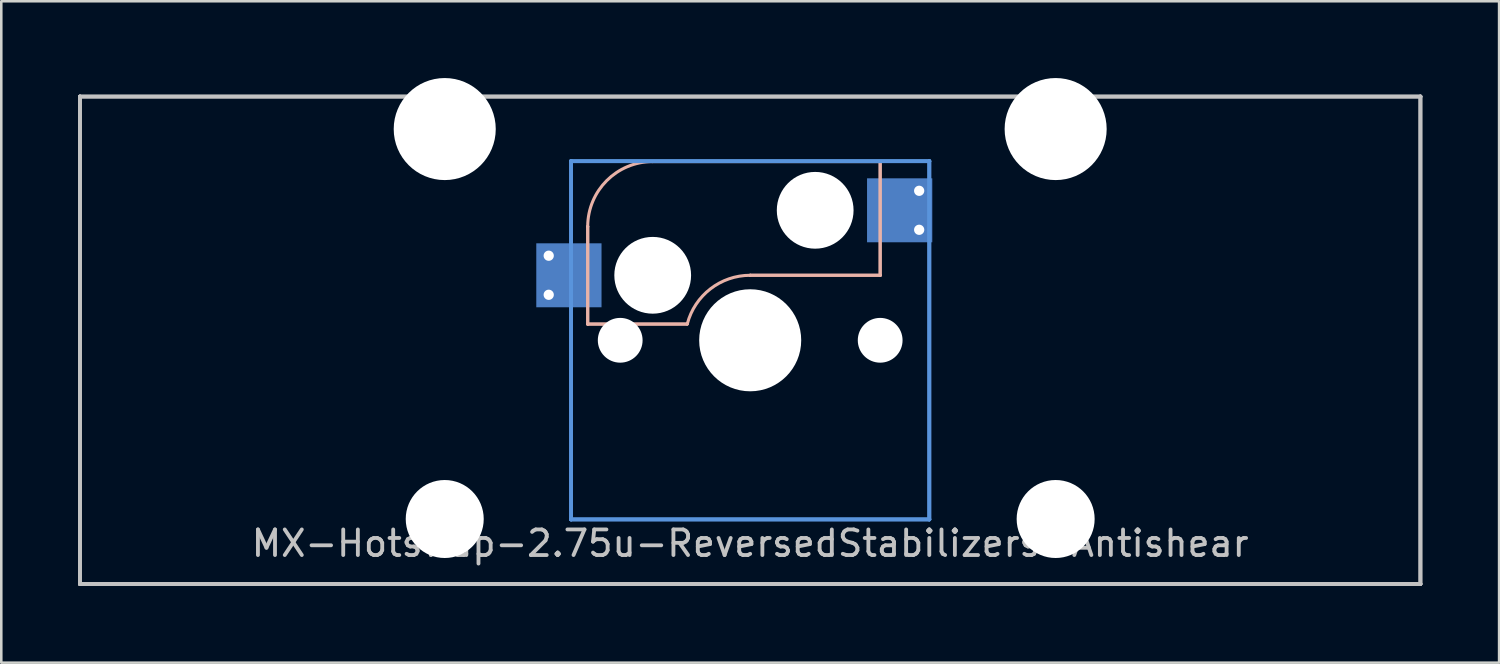
<source format=kicad_pcb>
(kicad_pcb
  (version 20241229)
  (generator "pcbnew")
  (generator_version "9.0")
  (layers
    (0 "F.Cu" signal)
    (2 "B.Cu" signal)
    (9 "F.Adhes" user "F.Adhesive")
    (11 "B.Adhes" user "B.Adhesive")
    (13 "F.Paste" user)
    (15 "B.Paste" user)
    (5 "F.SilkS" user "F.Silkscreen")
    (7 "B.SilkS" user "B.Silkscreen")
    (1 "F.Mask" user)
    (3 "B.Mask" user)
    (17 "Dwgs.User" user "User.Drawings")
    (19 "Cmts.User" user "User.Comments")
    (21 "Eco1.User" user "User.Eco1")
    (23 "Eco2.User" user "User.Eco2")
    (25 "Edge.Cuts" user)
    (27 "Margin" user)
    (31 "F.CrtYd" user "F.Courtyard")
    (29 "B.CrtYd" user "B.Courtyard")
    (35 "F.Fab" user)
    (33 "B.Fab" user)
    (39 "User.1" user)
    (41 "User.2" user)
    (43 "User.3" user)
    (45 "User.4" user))
  (footprint "MX-Hotswap-2.75u-ReversedStabilizers-Antishear"
    (layer "F.Cu")
    (at 26.269 10.249)
    (property "Reference" "MX-Hotswap-2.75u-ReversedStabilizers-Antishear" (at 0 7.938 0) (layer "Dwgs.User") (effects (font (size 1 1) (thickness 0.15))))
    (fp_line (start -6.35 -4.445) (end -6.35 -4.445) (stroke (width 0.12) (type solid)) (layer "B.SilkS"))
    (fp_line (start -6.35 -4.445) (end -6.35 -0.635) (stroke (width 0.12) (type solid)) (layer "B.SilkS"))
    (fp_line (start -6.35 -0.635) (end -6.35 -4.445) (stroke (width 0.12) (type solid)) (layer "B.SilkS"))
    (fp_line (start -6.35 -0.635) (end -6.35 -0.635) (stroke (width 0.12) (type solid)) (layer "B.SilkS"))
    (fp_line (start -6.35 -0.635) (end -6.35 -0.635) (stroke (width 0.12) (type solid)) (layer "B.SilkS"))
    (fp_line (start -6.35 -0.635) (end -2.464 -0.635) (stroke (width 0.12) (type solid)) (layer "B.SilkS"))
    (fp_line (start -3.81 -6.985) (end -3.81 -6.985) (stroke (width 0.12) (type solid)) (layer "B.SilkS"))
    (fp_line (start -3.81 -6.985) (end 5.08 -6.985) (stroke (width 0.12) (type solid)) (layer "B.SilkS"))
    (fp_line (start -2.464 -0.635) (end -6.35 -0.635) (stroke (width 0.12) (type solid)) (layer "B.SilkS"))
    (fp_line (start -2.464 -0.635) (end -2.464 -0.635) (stroke (width 0.12) (type solid)) (layer "B.SilkS"))
    (fp_line (start 0 -2.54) (end 0 -2.54) (stroke (width 0.12) (type solid)) (layer "B.SilkS"))
    (fp_line (start 0 -2.54) (end 5.08 -2.54) (stroke (width 0.12) (type solid)) (layer "B.SilkS"))
    (fp_line (start 5.08 -6.985) (end -3.81 -6.985) (stroke (width 0.12) (type solid)) (layer "B.SilkS"))
    (fp_line (start 5.08 -6.985) (end 5.08 -6.985) (stroke (width 0.12) (type solid)) (layer "B.SilkS"))
    (fp_line (start 5.08 -6.985) (end 5.08 -6.985) (stroke (width 0.12) (type solid)) (layer "B.SilkS"))
    (fp_line (start 5.08 -6.985) (end 5.08 -2.54) (stroke (width 0.12) (type solid)) (layer "B.SilkS"))
    (fp_line (start 5.08 -2.54) (end 0 -2.54) (stroke (width 0.12) (type solid)) (layer "B.SilkS"))
    (fp_line (start 5.08 -2.54) (end 5.08 -6.985) (stroke (width 0.12) (type solid)) (layer "B.SilkS"))
    (fp_line (start 5.08 -2.54) (end 5.08 -2.54) (stroke (width 0.12) (type solid)) (layer "B.SilkS"))
    (fp_line (start 5.08 -2.54) (end 5.08 -2.54) (stroke (width 0.12) (type solid)) (layer "B.SilkS"))
    (fp_arc (start -6.35 -4.445) (mid -5.606051 -6.241051) (end -3.81 -6.985) (stroke (width 0.12) (type solid)) (layer "B.SilkS"))
    (fp_arc (start -2.457981 -0.640256) (mid -1.553279 -2.009707) (end 0 -2.54) (stroke (width 0.12) (type solid)) (layer "B.SilkS"))
    (fp_line (start -26.194 -9.525) (end -26.194 -9.525) (stroke (width 0.15) (type solid)) (layer "Dwgs.User"))
    (fp_line (start -26.194 -9.525) (end -26.194 -9.525) (stroke (width 0.15) (type solid)) (layer "Dwgs.User"))
    (fp_line (start -26.194 -9.525) (end -26.194 9.525) (stroke (width 0.15) (type solid)) (layer "Dwgs.User"))
    (fp_line (start -26.194 -9.525) (end 26.194 -9.525) (stroke (width 0.15) (type solid)) (layer "Dwgs.User"))
    (fp_line (start -26.194 9.525) (end -26.194 -9.525) (stroke (width 0.15) (type solid)) (layer "Dwgs.User"))
    (fp_line (start -26.194 9.525) (end -26.194 9.525) (stroke (width 0.15) (type solid)) (layer "Dwgs.User"))
    (fp_line (start -26.194 9.525) (end -26.194 9.525) (stroke (width 0.15) (type solid)) (layer "Dwgs.User"))
    (fp_line (start -26.194 9.525) (end 26.194 9.525) (stroke (width 0.15) (type solid)) (layer "Dwgs.User"))
    (fp_line (start 26.194 -9.525) (end -26.194 -9.525) (stroke (width 0.15) (type solid)) (layer "Dwgs.User"))
    (fp_line (start 26.194 -9.525) (end 26.194 -9.525) (stroke (width 0.15) (type solid)) (layer "Dwgs.User"))
    (fp_line (start 26.194 -9.525) (end 26.194 -9.525) (stroke (width 0.15) (type solid)) (layer "Dwgs.User"))
    (fp_line (start 26.194 -9.525) (end 26.194 9.525) (stroke (width 0.15) (type solid)) (layer "Dwgs.User"))
    (fp_line (start 26.194 9.525) (end -26.194 9.525) (stroke (width 0.15) (type solid)) (layer "Dwgs.User"))
    (fp_line (start 26.194 9.525) (end 26.194 -9.525) (stroke (width 0.15) (type solid)) (layer "Dwgs.User"))
    (fp_line (start 26.194 9.525) (end 26.194 9.525) (stroke (width 0.15) (type solid)) (layer "Dwgs.User"))
    (fp_line (start 26.194 9.525) (end 26.194 9.525) (stroke (width 0.15) (type solid)) (layer "Dwgs.User"))
    (fp_line (start -7 -7) (end -7 -7) (stroke (width 0.15) (type solid)) (layer "Cmts.User"))
    (fp_line (start -7 -7) (end -7 -7) (stroke (width 0.15) (type solid)) (layer "Cmts.User"))
    (fp_line (start -7 -7) (end -7 7) (stroke (width 0.15) (type solid)) (layer "Cmts.User"))
    (fp_line (start -7 -7) (end 7 -7) (stroke (width 0.15) (type solid)) (layer "Cmts.User"))
    (fp_line (start -7 7) (end -7 -7) (stroke (width 0.15) (type solid)) (layer "Cmts.User"))
    (fp_line (start -7 7) (end -7 7) (stroke (width 0.15) (type solid)) (layer "Cmts.User"))
    (fp_line (start -7 7) (end -7 7) (stroke (width 0.15) (type solid)) (layer "Cmts.User"))
    (fp_line (start -7 7) (end 7 7) (stroke (width 0.15) (type solid)) (layer "Cmts.User"))
    (fp_line (start 7 -7) (end -7 -7) (stroke (width 0.15) (type solid)) (layer "Cmts.User"))
    (fp_line (start 7 -7) (end 7 -7) (stroke (width 0.15) (type solid)) (layer "Cmts.User"))
    (fp_line (start 7 -7) (end 7 -7) (stroke (width 0.15) (type solid)) (layer "Cmts.User"))
    (fp_line (start 7 -7) (end 7 7) (stroke (width 0.15) (type solid)) (layer "Cmts.User"))
    (fp_line (start 7 7) (end -7 7) (stroke (width 0.15) (type solid)) (layer "Cmts.User"))
    (fp_line (start 7 7) (end 7 -7) (stroke (width 0.15) (type solid)) (layer "Cmts.User"))
    (fp_line (start 7 7) (end 7 7) (stroke (width 0.15) (type solid)) (layer "Cmts.User"))
    (fp_line (start 7 7) (end 7 7) (stroke (width 0.15) (type solid)) (layer "Cmts.User"))
    (pad "" np_thru_hole circle (at -11.938 -8.255) (size 3.988 3.988) (drill 3.988) (layers "*.Cu" "*.Mask"))
    (pad "" np_thru_hole circle (at -11.938 6.985) (size 3.048 3.048) (drill 3.048) (layers "*.Cu" "*.Mask"))
    (pad "" np_thru_hole circle (at -5.08 0) (size 1.75 1.75) (drill 1.75) (layers "*.Cu" "*.Mask"))
    (pad "" np_thru_hole circle (at -3.81 -2.54) (size 3 3) (drill 3) (layers "*.Cu" "*.Mask"))
    (pad "" np_thru_hole circle (at 0 0) (size 3.988 3.988) (drill 3.988) (layers "*.Cu" "*.Mask"))
    (pad "" np_thru_hole circle (at 2.54 -5.08) (size 3 3) (drill 3) (layers "*.Cu" "*.Mask"))
    (pad "" np_thru_hole circle (at 5.08 0) (size 1.75 1.75) (drill 1.75) (layers "*.Cu" "*.Mask"))
    (pad "" np_thru_hole circle (at 11.938 -8.255) (size 3.988 3.988) (drill 3.988) (layers "*.Cu" "*.Mask"))
    (pad "" np_thru_hole circle (at 11.938 6.985) (size 3.048 3.048) (drill 3.048) (layers "*.Cu" "*.Mask"))
    (pad "1" thru_hole circle (at -7.874 -3.305) (size 0.8 0.8) (drill 0.4) (layers "*.Cu" "*.Mask"))
    (pad "1" thru_hole circle (at -7.874 -1.778) (size 0.8 0.8) (drill 0.4) (layers "*.Cu" "*.Mask"))
    (pad "1" smd rect (at -7.085 -2.54) (size 2.55 2.5) (layers "B.Cu" "B.Mask" "B.Paste"))
    (pad "2" smd rect (at 5.842 -5.08) (size 2.55 2.5) (layers "B.Cu" "B.Mask" "B.Paste"))
    (pad "2" thru_hole circle (at 6.604 -5.842) (size 0.8 0.8) (drill 0.4) (layers "*.Cu" "*.Mask"))
    (pad "2" thru_hole circle (at 6.604 -4.318) (size 0.8 0.8) (drill 0.4) (layers "*.Cu" "*.Mask")))
  (gr_rect
    (start -3 -3)
    (end 55.538 22.849)
    (stroke (width 0.1) (type default))
    (fill no)
    (layer "Edge.Cuts")))
</source>
